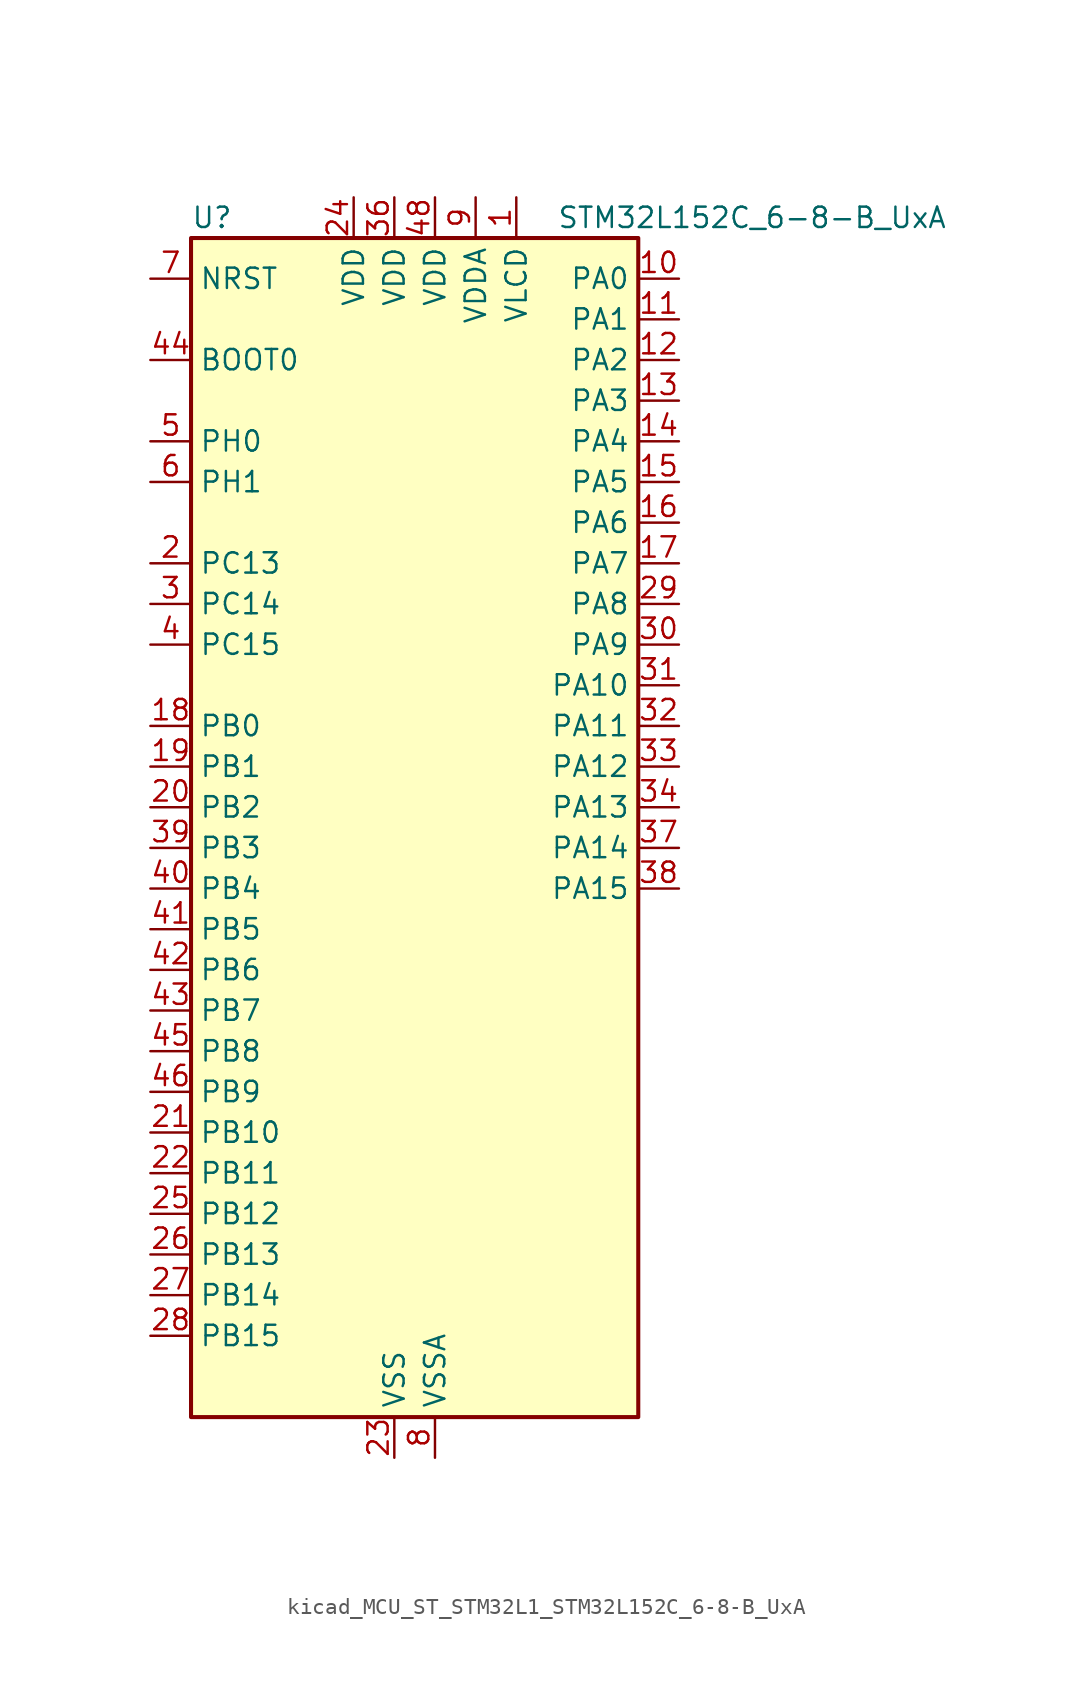
<source format=kicad_sym>
(kicad_symbol_lib
  (version 20220914)
  (generator kicad_symbol_editor)
  (symbol "kicad_MCU_ST_STM32L1_STM32L152C_6-8-B_UxA"
    (property "Reference" "U"
      (at -12.7 39.37 0)
      (effects (font (size 1.27 1.27)) (justify left)))
    (property "Value" "STM32L152C_6-8-B_UxA"
      (at 10.16 39.37 0)
      (effects (font (size 1.27 1.27)) (justify left)))
    (property "ki_locked" ""
      (at 0 0 0)
      (effects (font (size 1.27 1.27))))
    (symbol "kicad_MCU_ST_STM32L1_STM32L152C_6-8-B_UxA_0_1"
      (rectangle (start -12.7 -35.56) (end 15.24 38.1) (stroke (width 0.254) (type default)) (fill (type background))))
    (symbol "kicad_MCU_ST_STM32L1_STM32L152C_6-8-B_UxA_1_1"
      (pin power_in line (at 7.62 40.64 270) (length 2.54) (name "VLCD" (effects (font (size 1.27 1.27)))) (number "1" (effects (font (size 1.27 1.27)))))
      (pin bidirectional line (at 17.78 35.56 180) (length 2.54) (name "PA0" (effects (font (size 1.27 1.27)))) (number "10" (effects (font (size 1.27 1.27)))) (alternate "ADC_IN0" bidirectional line) (alternate "COMP1_INP" bidirectional line) (alternate "RTC_TAMP2" bidirectional line) (alternate "SYS_WKUP1" bidirectional line) (alternate "TIM2_CH1" bidirectional line) (alternate "TIM2_ETR" bidirectional line) (alternate "TIMX_IC1" bidirectional line) (alternate "TS_G1_IO1" bidirectional line) (alternate "USART2_CTS" bidirectional line))
      (pin bidirectional line (at 17.78 33.02 180) (length 2.54) (name "PA1" (effects (font (size 1.27 1.27)))) (number "11" (effects (font (size 1.27 1.27)))) (alternate "ADC_IN1" bidirectional line) (alternate "COMP1_INP" bidirectional line) (alternate "LCD_SEG0" bidirectional line) (alternate "TIM2_CH2" bidirectional line) (alternate "TIMX_IC2" bidirectional line) (alternate "TS_G1_IO2" bidirectional line) (alternate "USART2_RTS" bidirectional line))
      (pin bidirectional line (at 17.78 30.48 180) (length 2.54) (name "PA2" (effects (font (size 1.27 1.27)))) (number "12" (effects (font (size 1.27 1.27)))) (alternate "ADC_IN2" bidirectional line) (alternate "COMP1_INP" bidirectional line) (alternate "LCD_SEG1" bidirectional line) (alternate "TIM2_CH3" bidirectional line) (alternate "TIM9_CH1" bidirectional line) (alternate "TIMX_IC3" bidirectional line) (alternate "TS_G1_IO3" bidirectional line) (alternate "USART2_TX" bidirectional line))
      (pin bidirectional line (at 17.78 27.94 180) (length 2.54) (name "PA3" (effects (font (size 1.27 1.27)))) (number "13" (effects (font (size 1.27 1.27)))) (alternate "ADC_IN3" bidirectional line) (alternate "COMP1_INP" bidirectional line) (alternate "LCD_SEG2" bidirectional line) (alternate "TIM2_CH4" bidirectional line) (alternate "TIM9_CH2" bidirectional line) (alternate "TIMX_IC4" bidirectional line) (alternate "TS_G1_IO4" bidirectional line) (alternate "USART2_RX" bidirectional line))
      (pin bidirectional line (at 17.78 25.4 180) (length 2.54) (name "PA4" (effects (font (size 1.27 1.27)))) (number "14" (effects (font (size 1.27 1.27)))) (alternate "ADC_IN4" bidirectional line) (alternate "COMP1_INP" bidirectional line) (alternate "DAC_OUT1" bidirectional line) (alternate "SPI1_NSS" bidirectional line) (alternate "TIMX_IC1" bidirectional line) (alternate "USART2_CK" bidirectional line))
      (pin bidirectional line (at 17.78 22.86 180) (length 2.54) (name "PA5" (effects (font (size 1.27 1.27)))) (number "15" (effects (font (size 1.27 1.27)))) (alternate "ADC_IN5" bidirectional line) (alternate "COMP1_INP" bidirectional line) (alternate "DAC_OUT2" bidirectional line) (alternate "SPI1_SCK" bidirectional line) (alternate "TIM2_CH1" bidirectional line) (alternate "TIM2_ETR" bidirectional line) (alternate "TIMX_IC2" bidirectional line))
      (pin bidirectional line (at 17.78 20.32 180) (length 2.54) (name "PA6" (effects (font (size 1.27 1.27)))) (number "16" (effects (font (size 1.27 1.27)))) (alternate "ADC_IN6" bidirectional line) (alternate "COMP1_INP" bidirectional line) (alternate "LCD_SEG3" bidirectional line) (alternate "SPI1_MISO" bidirectional line) (alternate "TIM10_CH1" bidirectional line) (alternate "TIM3_CH1" bidirectional line) (alternate "TIMX_IC3" bidirectional line) (alternate "TS_G2_IO1" bidirectional line))
      (pin bidirectional line (at 17.78 17.78 180) (length 2.54) (name "PA7" (effects (font (size 1.27 1.27)))) (number "17" (effects (font (size 1.27 1.27)))) (alternate "ADC_IN7" bidirectional line) (alternate "COMP1_INP" bidirectional line) (alternate "LCD_SEG4" bidirectional line) (alternate "SPI1_MOSI" bidirectional line) (alternate "TIM11_CH1" bidirectional line) (alternate "TIM3_CH2" bidirectional line) (alternate "TIMX_IC4" bidirectional line) (alternate "TS_G2_IO2" bidirectional line))
      (pin bidirectional line (at -15.24 7.62 0) (length 2.54) (name "PB0" (effects (font (size 1.27 1.27)))) (number "18" (effects (font (size 1.27 1.27)))) (alternate "ADC_IN8" bidirectional line) (alternate "COMP1_INP" bidirectional line) (alternate "LCD_SEG5" bidirectional line) (alternate "SYS_V_REF_OUT" bidirectional line) (alternate "TIM3_CH3" bidirectional line) (alternate "TS_G3_IO1" bidirectional line))
      (pin bidirectional line (at -15.24 5.08 0) (length 2.54) (name "PB1" (effects (font (size 1.27 1.27)))) (number "19" (effects (font (size 1.27 1.27)))) (alternate "ADC_IN9" bidirectional line) (alternate "COMP1_INP" bidirectional line) (alternate "LCD_SEG6" bidirectional line) (alternate "SYS_V_REF_OUT" bidirectional line) (alternate "TIM3_CH4" bidirectional line) (alternate "TS_G3_IO2" bidirectional line))
      (pin bidirectional line (at -15.24 17.78 0) (length 2.54) (name "PC13" (effects (font (size 1.27 1.27)))) (number "2" (effects (font (size 1.27 1.27)))) (alternate "RTC_OUT_ALARM" bidirectional line) (alternate "RTC_OUT_CALIB" bidirectional line) (alternate "RTC_TAMP1" bidirectional line) (alternate "RTC_TS" bidirectional line) (alternate "SYS_WKUP2" bidirectional line) (alternate "TIMX_IC2" bidirectional line))
      (pin bidirectional line (at -15.24 2.54 0) (length 2.54) (name "PB2" (effects (font (size 1.27 1.27)))) (number "20" (effects (font (size 1.27 1.27)))) (alternate "TS_G3_IO3" bidirectional line))
      (pin bidirectional line (at -15.24 -17.78 0) (length 2.54) (name "PB10" (effects (font (size 1.27 1.27)))) (number "21" (effects (font (size 1.27 1.27)))) (alternate "I2C2_SCL" bidirectional line) (alternate "LCD_SEG10" bidirectional line) (alternate "TIM2_CH3" bidirectional line) (alternate "USART3_TX" bidirectional line))
      (pin bidirectional line (at -15.24 -20.32 0) (length 2.54) (name "PB11" (effects (font (size 1.27 1.27)))) (number "22" (effects (font (size 1.27 1.27)))) (alternate "ADC_EXTI11" bidirectional line) (alternate "I2C2_SDA" bidirectional line) (alternate "LCD_SEG11" bidirectional line) (alternate "TIM2_CH4" bidirectional line) (alternate "USART3_RX" bidirectional line))
      (pin power_in line (at 0 -38.1 90) (length 2.54) (name "VSS" (effects (font (size 1.27 1.27)))) (number "23" (effects (font (size 1.27 1.27)))))
      (pin power_in line (at -2.54 40.64 270) (length 2.54) (name "VDD" (effects (font (size 1.27 1.27)))) (number "24" (effects (font (size 1.27 1.27)))))
      (pin bidirectional line (at -15.24 -22.86 0) (length 2.54) (name "PB12" (effects (font (size 1.27 1.27)))) (number "25" (effects (font (size 1.27 1.27)))) (alternate "ADC_IN18" bidirectional line) (alternate "COMP1_INP" bidirectional line) (alternate "I2C2_SMBA" bidirectional line) (alternate "LCD_SEG12" bidirectional line) (alternate "SPI2_NSS" bidirectional line) (alternate "TIM10_CH1" bidirectional line) (alternate "TS_G7_IO1" bidirectional line) (alternate "USART3_CK" bidirectional line))
      (pin bidirectional line (at -15.24 -25.4 0) (length 2.54) (name "PB13" (effects (font (size 1.27 1.27)))) (number "26" (effects (font (size 1.27 1.27)))) (alternate "ADC_IN19" bidirectional line) (alternate "COMP1_INP" bidirectional line) (alternate "LCD_SEG13" bidirectional line) (alternate "SPI2_SCK" bidirectional line) (alternate "TIM9_CH1" bidirectional line) (alternate "TS_G7_IO2" bidirectional line) (alternate "USART3_CTS" bidirectional line))
      (pin bidirectional line (at -15.24 -27.94 0) (length 2.54) (name "PB14" (effects (font (size 1.27 1.27)))) (number "27" (effects (font (size 1.27 1.27)))) (alternate "ADC_IN20" bidirectional line) (alternate "COMP1_INP" bidirectional line) (alternate "LCD_SEG14" bidirectional line) (alternate "SPI2_MISO" bidirectional line) (alternate "TIM9_CH2" bidirectional line) (alternate "TS_G7_IO3" bidirectional line) (alternate "USART3_RTS" bidirectional line))
      (pin bidirectional line (at -15.24 -30.48 0) (length 2.54) (name "PB15" (effects (font (size 1.27 1.27)))) (number "28" (effects (font (size 1.27 1.27)))) (alternate "ADC_EXTI15" bidirectional line) (alternate "ADC_IN21" bidirectional line) (alternate "COMP1_INP" bidirectional line) (alternate "LCD_SEG15" bidirectional line) (alternate "RTC_REFIN" bidirectional line) (alternate "SPI2_MOSI" bidirectional line) (alternate "TIM11_CH1" bidirectional line) (alternate "TS_G7_IO4" bidirectional line))
      (pin bidirectional line (at 17.78 15.24 180) (length 2.54) (name "PA8" (effects (font (size 1.27 1.27)))) (number "29" (effects (font (size 1.27 1.27)))) (alternate "LCD_COM0" bidirectional line) (alternate "RCC_MCO" bidirectional line) (alternate "TIMX_IC1" bidirectional line) (alternate "TS_G4_IO1" bidirectional line) (alternate "USART1_CK" bidirectional line))
      (pin bidirectional line (at -15.24 15.24 0) (length 2.54) (name "PC14" (effects (font (size 1.27 1.27)))) (number "3" (effects (font (size 1.27 1.27)))) (alternate "RCC_OSC32_IN" bidirectional line) (alternate "TIMX_IC3" bidirectional line))
      (pin bidirectional line (at 17.78 12.7 180) (length 2.54) (name "PA9" (effects (font (size 1.27 1.27)))) (number "30" (effects (font (size 1.27 1.27)))) (alternate "DAC_EXTI9" bidirectional line) (alternate "LCD_COM1" bidirectional line) (alternate "TIMX_IC2" bidirectional line) (alternate "TS_G4_IO2" bidirectional line) (alternate "USART1_TX" bidirectional line))
      (pin bidirectional line (at 17.78 10.16 180) (length 2.54) (name "PA10" (effects (font (size 1.27 1.27)))) (number "31" (effects (font (size 1.27 1.27)))) (alternate "LCD_COM2" bidirectional line) (alternate "TIMX_IC3" bidirectional line) (alternate "TS_G4_IO3" bidirectional line) (alternate "USART1_RX" bidirectional line))
      (pin bidirectional line (at 17.78 7.62 180) (length 2.54) (name "PA11" (effects (font (size 1.27 1.27)))) (number "32" (effects (font (size 1.27 1.27)))) (alternate "ADC_EXTI11" bidirectional line) (alternate "SPI1_MISO" bidirectional line) (alternate "TIMX_IC4" bidirectional line) (alternate "USART1_CTS" bidirectional line) (alternate "USB_DM" bidirectional line))
      (pin bidirectional line (at 17.78 5.08 180) (length 2.54) (name "PA12" (effects (font (size 1.27 1.27)))) (number "33" (effects (font (size 1.27 1.27)))) (alternate "SPI1_MOSI" bidirectional line) (alternate "TIMX_IC1" bidirectional line) (alternate "USART1_RTS" bidirectional line) (alternate "USB_DP" bidirectional line))
      (pin bidirectional line (at 17.78 2.54 180) (length 2.54) (name "PA13" (effects (font (size 1.27 1.27)))) (number "34" (effects (font (size 1.27 1.27)))) (alternate "SYS_JTMS-SWDIO" bidirectional line) (alternate "TIMX_IC2" bidirectional line) (alternate "TS_G5_IO1" bidirectional line))
      (pin passive line (at 0 -38.1 90) (length 2.54) hide (name "VSS" (effects (font (size 1.27 1.27)))) (number "35" (effects (font (size 1.27 1.27)))))
      (pin power_in line (at 0 40.64 270) (length 2.54) (name "VDD" (effects (font (size 1.27 1.27)))) (number "36" (effects (font (size 1.27 1.27)))))
      (pin bidirectional line (at 17.78 0 180) (length 2.54) (name "PA14" (effects (font (size 1.27 1.27)))) (number "37" (effects (font (size 1.27 1.27)))) (alternate "SYS_JTCK-SWCLK" bidirectional line) (alternate "TIMX_IC3" bidirectional line) (alternate "TS_G5_IO2" bidirectional line))
      (pin bidirectional line (at 17.78 -2.54 180) (length 2.54) (name "PA15" (effects (font (size 1.27 1.27)))) (number "38" (effects (font (size 1.27 1.27)))) (alternate "ADC_EXTI15" bidirectional line) (alternate "LCD_SEG17" bidirectional line) (alternate "SPI1_NSS" bidirectional line) (alternate "SYS_JTDI" bidirectional line) (alternate "TIM2_CH1" bidirectional line) (alternate "TIM2_ETR" bidirectional line) (alternate "TIMX_IC4" bidirectional line) (alternate "TS_G5_IO3" bidirectional line))
      (pin bidirectional line (at -15.24 0 0) (length 2.54) (name "PB3" (effects (font (size 1.27 1.27)))) (number "39" (effects (font (size 1.27 1.27)))) (alternate "COMP2_INM" bidirectional line) (alternate "LCD_SEG7" bidirectional line) (alternate "SPI1_SCK" bidirectional line) (alternate "SYS_JTDO-TRACESWO" bidirectional line) (alternate "TIM2_CH2" bidirectional line))
      (pin bidirectional line (at -15.24 12.7 0) (length 2.54) (name "PC15" (effects (font (size 1.27 1.27)))) (number "4" (effects (font (size 1.27 1.27)))) (alternate "ADC_EXTI15" bidirectional line) (alternate "RCC_OSC32_OUT" bidirectional line) (alternate "TIMX_IC4" bidirectional line))
      (pin bidirectional line (at -15.24 -2.54 0) (length 2.54) (name "PB4" (effects (font (size 1.27 1.27)))) (number "40" (effects (font (size 1.27 1.27)))) (alternate "COMP2_INP" bidirectional line) (alternate "LCD_SEG8" bidirectional line) (alternate "SPI1_MISO" bidirectional line) (alternate "SYS_JTRST" bidirectional line) (alternate "TIM3_CH1" bidirectional line) (alternate "TS_G6_IO1" bidirectional line))
      (pin bidirectional line (at -15.24 -5.08 0) (length 2.54) (name "PB5" (effects (font (size 1.27 1.27)))) (number "41" (effects (font (size 1.27 1.27)))) (alternate "COMP2_INP" bidirectional line) (alternate "I2C1_SMBA" bidirectional line) (alternate "LCD_SEG9" bidirectional line) (alternate "SPI1_MOSI" bidirectional line) (alternate "TIM3_CH2" bidirectional line) (alternate "TS_G6_IO2" bidirectional line))
      (pin bidirectional line (at -15.24 -7.62 0) (length 2.54) (name "PB6" (effects (font (size 1.27 1.27)))) (number "42" (effects (font (size 1.27 1.27)))) (alternate "I2C1_SCL" bidirectional line) (alternate "TIM4_CH1" bidirectional line) (alternate "TS_G6_IO3" bidirectional line) (alternate "USART1_TX" bidirectional line))
      (pin bidirectional line (at -15.24 -10.16 0) (length 2.54) (name "PB7" (effects (font (size 1.27 1.27)))) (number "43" (effects (font (size 1.27 1.27)))) (alternate "I2C1_SDA" bidirectional line) (alternate "SYS_PVD_IN" bidirectional line) (alternate "TIM4_CH2" bidirectional line) (alternate "TS_G6_IO4" bidirectional line) (alternate "USART1_RX" bidirectional line))
      (pin input line (at -15.24 30.48 0) (length 2.54) (name "BOOT0" (effects (font (size 1.27 1.27)))) (number "44" (effects (font (size 1.27 1.27)))))
      (pin bidirectional line (at -15.24 -12.7 0) (length 2.54) (name "PB8" (effects (font (size 1.27 1.27)))) (number "45" (effects (font (size 1.27 1.27)))) (alternate "I2C1_SCL" bidirectional line) (alternate "LCD_SEG16" bidirectional line) (alternate "TIM10_CH1" bidirectional line) (alternate "TIM4_CH3" bidirectional line))
      (pin bidirectional line (at -15.24 -15.24 0) (length 2.54) (name "PB9" (effects (font (size 1.27 1.27)))) (number "46" (effects (font (size 1.27 1.27)))) (alternate "DAC_EXTI9" bidirectional line) (alternate "I2C1_SDA" bidirectional line) (alternate "LCD_COM3" bidirectional line) (alternate "TIM11_CH1" bidirectional line) (alternate "TIM4_CH4" bidirectional line))
      (pin passive line (at 0 -38.1 90) (length 2.54) hide (name "VSS" (effects (font (size 1.27 1.27)))) (number "47" (effects (font (size 1.27 1.27)))))
      (pin power_in line (at 2.54 40.64 270) (length 2.54) (name "VDD" (effects (font (size 1.27 1.27)))) (number "48" (effects (font (size 1.27 1.27)))))
      (pin passive line (at 0 -38.1 90) (length 2.54) hide (name "VSS" (effects (font (size 1.27 1.27)))) (number "49" (effects (font (size 1.27 1.27)))))
      (pin bidirectional line (at -15.24 25.4 0) (length 2.54) (name "PH0" (effects (font (size 1.27 1.27)))) (number "5" (effects (font (size 1.27 1.27)))) (alternate "RCC_OSC_IN" bidirectional line))
      (pin bidirectional line (at -15.24 22.86 0) (length 2.54) (name "PH1" (effects (font (size 1.27 1.27)))) (number "6" (effects (font (size 1.27 1.27)))) (alternate "RCC_OSC_OUT" bidirectional line))
      (pin input line (at -15.24 35.56 0) (length 2.54) (name "NRST" (effects (font (size 1.27 1.27)))) (number "7" (effects (font (size 1.27 1.27)))))
      (pin power_in line (at 2.54 -38.1 90) (length 2.54) (name "VSSA" (effects (font (size 1.27 1.27)))) (number "8" (effects (font (size 1.27 1.27)))))
      (pin power_in line (at 5.08 40.64 270) (length 2.54) (name "VDDA" (effects (font (size 1.27 1.27)))) (number "9" (effects (font (size 1.27 1.27))))))))
</source>
